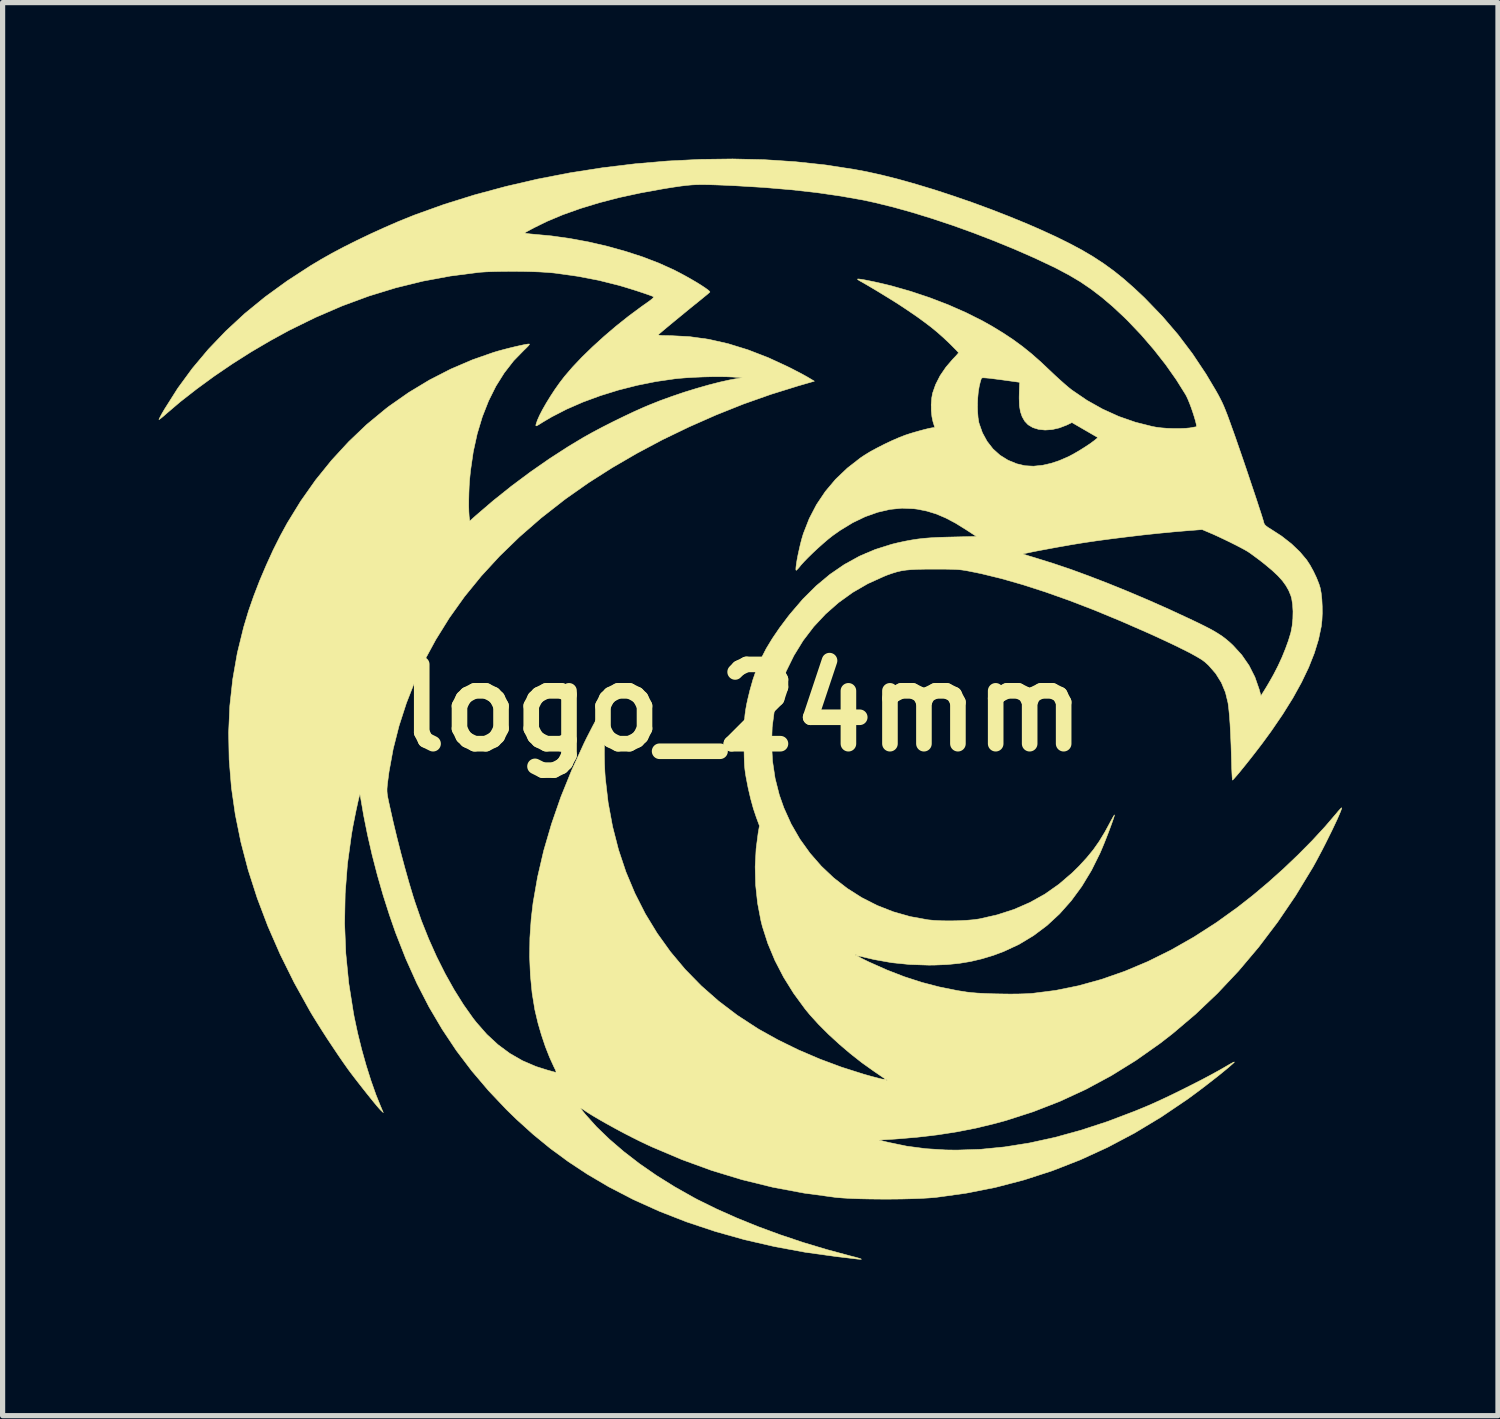
<source format=kicad_pcb>
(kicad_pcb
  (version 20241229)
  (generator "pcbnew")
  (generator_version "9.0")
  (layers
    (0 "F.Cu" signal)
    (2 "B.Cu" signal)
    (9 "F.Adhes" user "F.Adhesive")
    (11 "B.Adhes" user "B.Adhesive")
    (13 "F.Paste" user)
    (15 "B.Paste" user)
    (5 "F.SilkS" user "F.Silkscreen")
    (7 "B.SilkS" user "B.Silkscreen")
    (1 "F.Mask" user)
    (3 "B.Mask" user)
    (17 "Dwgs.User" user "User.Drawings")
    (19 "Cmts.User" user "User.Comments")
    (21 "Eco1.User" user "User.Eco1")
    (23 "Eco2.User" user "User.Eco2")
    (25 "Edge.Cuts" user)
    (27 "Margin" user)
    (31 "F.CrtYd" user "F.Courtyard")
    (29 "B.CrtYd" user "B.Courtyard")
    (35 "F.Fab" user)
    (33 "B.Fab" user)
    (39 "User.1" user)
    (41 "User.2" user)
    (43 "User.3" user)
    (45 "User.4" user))
  (footprint "logo_24mm"
    (layer "F.Cu")
    (at 11.224 10.554)
    (property "Reference" "logo_24mm" (at 0 0 0) (layer "F.SilkS") (effects (font (size 1.524 1.524) (thickness 0.3))))
    (attr through_hole)
    (fp_poly (pts (xy 0.415 -10.535) (xy 1.011 -10.496) (xy 1.59 -10.434) (xy 2.151 -10.347) (xy 2.386 -10.303) (xy 2.679 -10.238) (xy 2.996 -10.158) (xy 3.333 -10.063) (xy 3.684 -9.957) (xy 4.044 -9.839) (xy 4.409 -9.713) (xy 4.773 -9.579) (xy 5.132 -9.439) (xy 5.48 -9.296) (xy 5.723 -9.19) (xy 6.014 -9.057) (xy 6.275 -8.928) (xy 6.514 -8.801) (xy 6.733 -8.672) (xy 6.939 -8.537) (xy 7.135 -8.395) (xy 7.326 -8.241) (xy 7.518 -8.072) (xy 7.715 -7.887) (xy 7.736 -7.866) (xy 8.064 -7.526) (xy 8.365 -7.175) (xy 8.644 -6.806) (xy 8.904 -6.416) (xy 9.099 -6.088) (xy 9.142 -6.011) (xy 9.179 -5.94) (xy 9.213 -5.872) (xy 9.246 -5.799) (xy 9.28 -5.716) (xy 9.318 -5.619) (xy 9.361 -5.501) (xy 9.412 -5.358) (xy 9.424 -5.326) (xy 9.468 -5.202) (xy 9.516 -5.063) (xy 9.568 -4.913) (xy 9.622 -4.756) (xy 9.677 -4.595) (xy 9.731 -4.434) (xy 9.784 -4.275) (xy 9.835 -4.124) (xy 9.882 -3.983) (xy 9.923 -3.856) (xy 9.959 -3.747) (xy 9.987 -3.659) (xy 10.006 -3.596) (xy 10.015 -3.562) (xy 10.026 -3.531) (xy 10.05 -3.503) (xy 10.091 -3.471) (xy 10.148 -3.436) (xy 10.358 -3.3) (xy 10.547 -3.152) (xy 10.71 -2.996) (xy 10.838 -2.844) (xy 10.903 -2.745) (xy 10.968 -2.627) (xy 11.028 -2.501) (xy 11.076 -2.38) (xy 11.1 -2.303) (xy 11.118 -2.206) (xy 11.131 -2.086) (xy 11.138 -1.952) (xy 11.139 -1.814) (xy 11.133 -1.683) (xy 11.12 -1.567) (xy 11.12 -1.565) (xy 11.067 -1.313) (xy 10.986 -1.05) (xy 10.877 -0.775) (xy 10.739 -0.487) (xy 10.573 -0.187) (xy 10.377 0.127) (xy 10.152 0.456) (xy 9.985 0.684) (xy 9.911 0.781) (xy 9.833 0.882) (xy 9.754 0.983) (xy 9.677 1.08) (xy 9.604 1.17) (xy 9.54 1.249) (xy 9.485 1.313) (xy 9.444 1.36) (xy 9.42 1.385) (xy 9.414 1.389) (xy 9.411 1.372) (xy 9.407 1.327) (xy 9.403 1.256) (xy 9.399 1.165) (xy 9.396 1.058) (xy 9.393 0.953) (xy 9.386 0.721) (xy 9.377 0.508) (xy 9.367 0.316) (xy 9.355 0.149) (xy 9.341 0.009) (xy 9.328 -0.093) (xy 9.279 -0.295) (xy 9.2 -0.485) (xy 9.091 -0.66) (xy 8.954 -0.817) (xy 8.877 -0.886) (xy 8.818 -0.929) (xy 8.728 -0.983) (xy 8.609 -1.049) (xy 8.461 -1.124) (xy 8.286 -1.21) (xy 8.084 -1.305) (xy 7.858 -1.409) (xy 7.798 -1.436) (xy 7.27 -1.667) (xy 6.765 -1.876) (xy 6.283 -2.062) (xy 5.823 -2.225) (xy 5.386 -2.366) (xy 4.974 -2.484) (xy 4.585 -2.579) (xy 4.343 -2.628) (xy 4.279 -2.64) (xy 4.218 -2.649) (xy 4.157 -2.656) (xy 4.09 -2.66) (xy 4.01 -2.663) (xy 3.913 -2.665) (xy 3.792 -2.666) (xy 3.666 -2.666) (xy 3.497 -2.665) (xy 3.357 -2.662) (xy 3.239 -2.656) (xy 3.138 -2.647) (xy 3.047 -2.633) (xy 2.962 -2.613) (xy 2.877 -2.587) (xy 2.785 -2.555) (xy 2.718 -2.528) (xy 2.406 -2.387) (xy 2.114 -2.218) (xy 1.842 -2.022) (xy 1.592 -1.802) (xy 1.364 -1.558) (xy 1.161 -1.292) (xy 0.984 -1.004) (xy 0.833 -0.697) (xy 0.79 -0.593) (xy 0.685 -0.281) (xy 0.61 0.04) (xy 0.567 0.368) (xy 0.555 0.699) (xy 0.574 1.029) (xy 0.623 1.356) (xy 0.704 1.675) (xy 0.791 1.922) (xy 0.931 2.232) (xy 1.099 2.523) (xy 1.293 2.793) (xy 1.511 3.043) (xy 1.75 3.269) (xy 2.01 3.471) (xy 2.289 3.648) (xy 2.584 3.798) (xy 2.895 3.92) (xy 3.219 4.012) (xy 3.555 4.073) (xy 3.56 4.074) (xy 3.684 4.086) (xy 3.829 4.093) (xy 3.987 4.095) (xy 4.147 4.092) (xy 4.301 4.084) (xy 4.44 4.072) (xy 4.547 4.057) (xy 4.89 3.979) (xy 5.215 3.874) (xy 5.52 3.741) (xy 5.809 3.58) (xy 6.08 3.389) (xy 6.336 3.169) (xy 6.461 3.046) (xy 6.611 2.883) (xy 6.74 2.726) (xy 6.853 2.565) (xy 6.96 2.389) (xy 7.039 2.244) (xy 7.078 2.171) (xy 7.11 2.113) (xy 7.133 2.074) (xy 7.145 2.058) (xy 7.145 2.059) (xy 7.14 2.085) (xy 7.123 2.137) (xy 7.098 2.209) (xy 7.066 2.296) (xy 7.03 2.393) (xy 6.991 2.493) (xy 6.952 2.592) (xy 6.914 2.684) (xy 6.88 2.764) (xy 6.868 2.792) (xy 6.703 3.124) (xy 6.518 3.43) (xy 6.314 3.708) (xy 6.091 3.959) (xy 5.849 4.183) (xy 5.589 4.378) (xy 5.312 4.545) (xy 5.016 4.683) (xy 4.818 4.757) (xy 4.596 4.824) (xy 4.38 4.875) (xy 4.162 4.911) (xy 3.933 4.934) (xy 3.684 4.944) (xy 3.576 4.945) (xy 3.212 4.933) (xy 2.866 4.898) (xy 2.529 4.838) (xy 2.337 4.793) (xy 2.277 4.778) (xy 2.23 4.769) (xy 2.205 4.767) (xy 2.204 4.767) (xy 2.215 4.777) (xy 2.253 4.798) (xy 2.31 4.828) (xy 2.384 4.864) (xy 2.423 4.883) (xy 2.771 5.038) (xy 3.107 5.168) (xy 3.44 5.276) (xy 3.778 5.364) (xy 4.13 5.435) (xy 4.301 5.462) (xy 4.395 5.473) (xy 4.517 5.483) (xy 4.658 5.49) (xy 4.813 5.496) (xy 4.973 5.499) (xy 5.133 5.501) (xy 5.286 5.5) (xy 5.424 5.496) (xy 5.541 5.49) (xy 5.574 5.487) (xy 6.014 5.431) (xy 6.456 5.341) (xy 6.899 5.218) (xy 7.343 5.063) (xy 7.787 4.876) (xy 8.229 4.657) (xy 8.669 4.407) (xy 9.106 4.126) (xy 9.508 3.837) (xy 9.803 3.606) (xy 10.099 3.357) (xy 10.393 3.094) (xy 10.677 2.823) (xy 10.947 2.55) (xy 11.196 2.28) (xy 11.404 2.037) (xy 11.448 1.984) (xy 11.484 1.945) (xy 11.506 1.923) (xy 11.511 1.921) (xy 11.509 1.941) (xy 11.493 1.987) (xy 11.464 2.056) (xy 11.426 2.143) (xy 11.378 2.245) (xy 11.324 2.359) (xy 11.264 2.48) (xy 11.202 2.605) (xy 11.138 2.73) (xy 11.074 2.851) (xy 11.013 2.965) (xy 10.956 3.068) (xy 10.947 3.082) (xy 10.625 3.612) (xy 10.281 4.118) (xy 9.916 4.6) (xy 9.531 5.056) (xy 9.127 5.485) (xy 8.704 5.887) (xy 8.263 6.261) (xy 8.018 6.451) (xy 7.557 6.776) (xy 7.084 7.069) (xy 6.596 7.332) (xy 6.096 7.563) (xy 5.582 7.763) (xy 5.054 7.933) (xy 4.836 7.992) (xy 4.48 8.078) (xy 4.118 8.149) (xy 3.743 8.207) (xy 3.35 8.253) (xy 2.932 8.288) (xy 2.819 8.295) (xy 2.616 8.307) (xy 2.802 8.352) (xy 3.155 8.425) (xy 3.52 8.473) (xy 3.902 8.497) (xy 4.115 8.5) (xy 4.57 8.485) (xy 5.036 8.439) (xy 5.513 8.363) (xy 6.001 8.256) (xy 6.502 8.118) (xy 7.015 7.95) (xy 7.541 7.75) (xy 7.757 7.661) (xy 7.904 7.597) (xy 8.073 7.519) (xy 8.257 7.432) (xy 8.448 7.338) (xy 8.641 7.241) (xy 8.827 7.146) (xy 9 7.054) (xy 9.153 6.97) (xy 9.229 6.927) (xy 9.321 6.873) (xy 9.386 6.836) (xy 9.428 6.814) (xy 9.448 6.806) (xy 9.449 6.81) (xy 9.434 6.826) (xy 9.406 6.851) (xy 9.338 6.911) (xy 9.247 6.986) (xy 9.14 7.073) (xy 9.021 7.166) (xy 8.896 7.263) (xy 8.771 7.358) (xy 8.651 7.447) (xy 8.543 7.526) (xy 8.04 7.866) (xy 7.53 8.173) (xy 7.012 8.447) (xy 6.486 8.688) (xy 5.951 8.897) (xy 5.408 9.073) (xy 4.857 9.217) (xy 4.296 9.328) (xy 3.726 9.407) (xy 3.7 9.41) (xy 3.573 9.42) (xy 3.419 9.429) (xy 3.244 9.435) (xy 3.054 9.44) (xy 2.854 9.442) (xy 2.651 9.442) (xy 2.452 9.44) (xy 2.261 9.436) (xy 2.085 9.43) (xy 1.931 9.421) (xy 1.804 9.411) (xy 1.795 9.41) (xy 1.182 9.327) (xy 0.58 9.214) (xy -0.011 9.069) (xy -0.594 8.892) (xy -1.17 8.682) (xy -1.743 8.439) (xy -1.832 8.398) (xy -1.975 8.33) (xy -2.129 8.253) (xy -2.289 8.171) (xy -2.449 8.085) (xy -2.605 7.999) (xy -2.751 7.916) (xy -2.882 7.839) (xy -2.992 7.77) (xy -3.069 7.718) (xy -3.1 7.699) (xy -3.115 7.693) (xy -3.116 7.694) (xy -3.106 7.71) (xy -3.079 7.746) (xy -3.04 7.793) (xy -3.027 7.81) (xy -2.81 8.052) (xy -2.561 8.292) (xy -2.284 8.53) (xy -1.982 8.763) (xy -1.657 8.988) (xy -1.311 9.204) (xy -0.948 9.409) (xy -0.864 9.454) (xy -0.504 9.631) (xy -0.116 9.804) (xy 0.296 9.971) (xy 0.725 10.129) (xy 1.167 10.277) (xy 1.617 10.412) (xy 2.066 10.533) (xy 2.168 10.559) (xy 2.238 10.579) (xy 2.275 10.592) (xy 2.281 10.598) (xy 2.256 10.599) (xy 2.199 10.594) (xy 2.159 10.589) (xy 2.126 10.585) (xy 2.066 10.578) (xy 1.985 10.568) (xy 1.891 10.557) (xy 1.812 10.548) (xy 1.205 10.464) (xy 0.611 10.354) (xy 0.033 10.221) (xy -0.529 10.063) (xy -1.073 9.882) (xy -1.596 9.678) (xy -2.098 9.452) (xy -2.575 9.205) (xy -2.989 8.961) (xy -3.354 8.72) (xy -3.697 8.468) (xy -4.026 8.199) (xy -4.349 7.907) (xy -4.539 7.722) (xy -4.885 7.357) (xy -5.057 7.154) (xy 2.76 7.154) (xy 2.769 7.163) (xy 2.777 7.154) (xy 2.769 7.146) (xy 2.76 7.154) (xy -5.057 7.154) (xy -5.206 6.979) (xy -5.503 6.587) (xy -5.776 6.177) (xy -6.029 5.748) (xy -6.261 5.297) (xy -6.475 4.821) (xy -6.672 4.319) (xy -6.79 3.979) (xy -6.91 3.603) (xy -7.021 3.216) (xy -7.122 2.826) (xy -7.21 2.442) (xy -7.284 2.073) (xy -7.317 1.88) (xy -7.331 1.8) (xy -7.342 1.733) (xy -7.351 1.685) (xy -7.356 1.664) (xy -7.356 1.664) (xy -7.362 1.676) (xy -7.373 1.717) (xy -7.389 1.782) (xy -7.407 1.864) (xy -7.428 1.96) (xy -7.449 2.063) (xy -7.47 2.17) (xy -7.491 2.275) (xy -7.508 2.373) (xy -7.518 2.43) (xy -7.596 2.999) (xy -7.64 3.571) (xy -7.651 4.144) (xy -7.628 4.718) (xy -7.571 5.294) (xy -7.48 5.869) (xy -7.466 5.944) (xy -7.4 6.254) (xy -7.323 6.565) (xy -7.237 6.871) (xy -7.145 7.163) (xy -7.049 7.435) (xy -6.961 7.653) (xy -6.907 7.78) (xy -6.952 7.738) (xy -6.981 7.708) (xy -7.027 7.655) (xy -7.086 7.584) (xy -7.155 7.499) (xy -7.231 7.404) (xy -7.31 7.304) (xy -7.389 7.203) (xy -7.464 7.106) (xy -7.532 7.017) (xy -7.586 6.944) (xy -7.672 6.822) (xy -7.77 6.68) (xy -7.875 6.523) (xy -7.983 6.361) (xy -8.087 6.199) (xy -8.184 6.045) (xy -8.27 5.906) (xy -8.318 5.825) (xy -8.62 5.281) (xy -8.889 4.738) (xy -9.126 4.196) (xy -9.331 3.655) (xy -9.504 3.117) (xy -9.644 2.582) (xy -9.752 2.05) (xy -9.816 1.604) (xy -6.836 1.604) (xy -6.832 1.653) (xy -6.823 1.711) (xy -6.808 1.787) (xy -6.786 1.887) (xy -6.782 1.905) (xy -6.718 2.19) (xy -6.647 2.486) (xy -6.571 2.786) (xy -6.492 3.08) (xy -6.413 3.361) (xy -6.335 3.621) (xy -6.296 3.742) (xy -6.174 4.094) (xy -6.035 4.442) (xy -5.883 4.782) (xy -5.719 5.109) (xy -5.546 5.418) (xy -5.367 5.704) (xy -5.184 5.963) (xy -5.12 6.045) (xy -4.918 6.275) (xy -4.704 6.473) (xy -4.476 6.642) (xy -4.232 6.782) (xy -3.971 6.894) (xy -3.759 6.961) (xy -3.694 6.979) (xy -3.639 6.994) (xy -3.604 7.004) (xy -3.602 7.005) (xy -3.588 7.004) (xy -3.588 6.99) (xy -3.601 6.955) (xy -3.629 6.898) (xy -3.712 6.716) (xy -3.793 6.51) (xy -3.867 6.289) (xy -3.933 6.063) (xy -3.986 5.84) (xy -3.995 5.8) (xy -4.047 5.481) (xy -4.08 5.14) (xy -4.095 4.785) (xy -4.09 4.422) (xy -4.065 4.058) (xy -4.029 3.751) (xy -3.942 3.251) (xy -3.824 2.744) (xy -3.674 2.231) (xy -3.495 1.714) (xy -3.285 1.195) (xy -3.047 0.676) (xy -2.997 0.574) (xy -2.943 0.469) (xy -2.887 0.36) (xy -2.83 0.253) (xy -2.775 0.151) (xy -2.724 0.058) (xy -2.679 -0.021) (xy -2.643 -0.083) (xy -2.618 -0.122) (xy -2.606 -0.135) (xy -2.602 -0.12) (xy -2.605 -0.083) (xy -2.609 -0.055) (xy -2.625 0.057) (xy -2.637 0.196) (xy -2.647 0.355) (xy -2.654 0.529) (xy -2.658 0.709) (xy -2.659 0.89) (xy -2.656 1.066) (xy -2.649 1.228) (xy -2.641 1.346) (xy -2.586 1.821) (xy -2.501 2.281) (xy -2.387 2.726) (xy -2.244 3.154) (xy -2.072 3.564) (xy -1.872 3.958) (xy -1.644 4.332) (xy -1.389 4.688) (xy -1.107 5.025) (xy -0.798 5.341) (xy -0.463 5.636) (xy -0.102 5.91) (xy 0.285 6.162) (xy 0.313 6.179) (xy 0.68 6.383) (xy 1.072 6.575) (xy 1.481 6.75) (xy 1.9 6.906) (xy 2.321 7.04) (xy 2.481 7.085) (xy 2.585 7.112) (xy 2.659 7.131) (xy 2.708 7.141) (xy 2.734 7.144) (xy 2.74 7.14) (xy 2.734 7.132) (xy 2.715 7.117) (xy 2.673 7.088) (xy 2.614 7.047) (xy 2.543 6.999) (xy 2.51 6.976) (xy 2.292 6.821) (xy 2.072 6.648) (xy 1.856 6.464) (xy 1.649 6.274) (xy 1.459 6.084) (xy 1.29 5.898) (xy 1.202 5.791) (xy 0.98 5.488) (xy 0.785 5.175) (xy 0.619 4.854) (xy 0.576 4.75) (xy 2.167 4.75) (xy 2.176 4.758) (xy 2.184 4.75) (xy 2.176 4.741) (xy 2.167 4.75) (xy 0.576 4.75) (xy 0.483 4.528) (xy 0.378 4.201) (xy 0.35 4.089) (xy 0.286 3.752) (xy 0.249 3.405) (xy 0.24 3.055) (xy 0.258 2.71) (xy 0.297 2.409) (xy 0.322 2.267) (xy 0.262 2.105) (xy 0.206 1.939) (xy 0.153 1.746) (xy 0.104 1.536) (xy 0.064 1.329) (xy 0.052 1.255) (xy 0.043 1.187) (xy 0.036 1.117) (xy 0.032 1.04) (xy 0.029 0.95) (xy 0.027 0.84) (xy 0.027 0.704) (xy 0.027 0.66) (xy 0.027 0.496) (xy 0.03 0.358) (xy 0.035 0.239) (xy 0.044 0.133) (xy 0.058 0.033) (xy 0.076 -0.069) (xy 0.101 -0.181) (xy 0.132 -0.308) (xy 0.135 -0.323) (xy 0.197 -0.543) (xy 0.268 -0.748) (xy 0.353 -0.945) (xy 0.452 -1.138) (xy 0.571 -1.334) (xy 0.71 -1.538) (xy 0.873 -1.755) (xy 0.911 -1.803) (xy 1.156 -2.089) (xy 1.41 -2.342) (xy 1.676 -2.564) (xy 1.953 -2.754) (xy 2.243 -2.914) (xy 2.344 -2.957) (xy 5.39 -2.957) (xy 5.404 -2.951) (xy 5.445 -2.937) (xy 5.508 -2.917) (xy 5.589 -2.893) (xy 5.66 -2.871) (xy 5.971 -2.774) (xy 6.306 -2.661) (xy 6.66 -2.531) (xy 7.03 -2.388) (xy 7.412 -2.233) (xy 7.801 -2.068) (xy 8.193 -1.894) (xy 8.583 -1.713) (xy 8.739 -1.639) (xy 8.889 -1.565) (xy 9.014 -1.5) (xy 9.118 -1.439) (xy 9.208 -1.381) (xy 9.289 -1.32) (xy 9.367 -1.253) (xy 9.422 -1.202) (xy 9.591 -1.017) (xy 9.732 -0.813) (xy 9.844 -0.592) (xy 9.928 -0.351) (xy 9.94 -0.306) (xy 9.96 -0.231) (xy 10.029 -0.34) (xy 10.064 -0.397) (xy 10.11 -0.475) (xy 10.16 -0.562) (xy 10.209 -0.65) (xy 10.212 -0.656) (xy 10.29 -0.808) (xy 10.365 -0.971) (xy 10.432 -1.136) (xy 10.489 -1.293) (xy 10.531 -1.432) (xy 10.536 -1.448) (xy 10.56 -1.575) (xy 10.574 -1.714) (xy 10.577 -1.854) (xy 10.569 -1.986) (xy 10.551 -2.101) (xy 10.536 -2.154) (xy 10.495 -2.254) (xy 10.441 -2.349) (xy 10.373 -2.443) (xy 10.285 -2.54) (xy 10.176 -2.642) (xy 10.041 -2.755) (xy 9.965 -2.815) (xy 9.89 -2.872) (xy 9.817 -2.926) (xy 9.754 -2.972) (xy 9.708 -3.003) (xy 9.703 -3.006) (xy 9.646 -3.039) (xy 9.564 -3.083) (xy 9.465 -3.134) (xy 9.357 -3.188) (xy 9.245 -3.242) (xy 9.137 -3.293) (xy 9.041 -3.337) (xy 9 -3.354) (xy 8.831 -3.426) (xy 8.568 -3.406) (xy 8.295 -3.383) (xy 8.003 -3.355) (xy 7.702 -3.323) (xy 7.398 -3.287) (xy 7.099 -3.25) (xy 6.814 -3.212) (xy 6.55 -3.173) (xy 6.396 -3.148) (xy 6.288 -3.13) (xy 6.17 -3.109) (xy 6.045 -3.087) (xy 5.92 -3.064) (xy 5.798 -3.041) (xy 5.684 -3.02) (xy 5.582 -3) (xy 5.498 -2.982) (xy 5.435 -2.969) (xy 5.397 -2.96) (xy 5.39 -2.957) (xy 2.344 -2.957) (xy 2.546 -3.043) (xy 2.862 -3.143) (xy 2.989 -3.174) (xy 3.125 -3.203) (xy 3.249 -3.226) (xy 3.367 -3.244) (xy 3.488 -3.258) (xy 3.617 -3.268) (xy 3.763 -3.276) (xy 3.933 -3.281) (xy 4.02 -3.283) (xy 4.492 -3.294) (xy 4.293 -3.424) (xy 4.09 -3.55) (xy 3.902 -3.649) (xy 3.721 -3.726) (xy 3.542 -3.781) (xy 3.359 -3.818) (xy 3.287 -3.827) (xy 3.063 -3.837) (xy 2.831 -3.814) (xy 2.595 -3.759) (xy 2.355 -3.674) (xy 2.114 -3.558) (xy 1.873 -3.411) (xy 1.731 -3.311) (xy 1.646 -3.244) (xy 1.55 -3.162) (xy 1.449 -3.072) (xy 1.349 -2.979) (xy 1.256 -2.888) (xy 1.176 -2.806) (xy 1.114 -2.737) (xy 1.101 -2.719) (xy 1.066 -2.678) (xy 1.039 -2.65) (xy 1.028 -2.642) (xy 1.022 -2.657) (xy 1.024 -2.7) (xy 1.032 -2.764) (xy 1.045 -2.846) (xy 1.063 -2.94) (xy 1.085 -3.04) (xy 1.108 -3.141) (xy 1.133 -3.238) (xy 1.159 -3.325) (xy 1.167 -3.351) (xy 1.279 -3.637) (xy 1.419 -3.906) (xy 1.589 -4.159) (xy 1.786 -4.393) (xy 2.011 -4.607) (xy 2.261 -4.802) (xy 2.34 -4.855) (xy 2.449 -4.922) (xy 2.58 -4.993) (xy 2.723 -5.066) (xy 2.869 -5.135) (xy 3.007 -5.195) (xy 3.128 -5.242) (xy 3.141 -5.246) (xy 3.22 -5.272) (xy 3.31 -5.299) (xy 3.403 -5.325) (xy 3.492 -5.349) (xy 3.57 -5.368) (xy 3.629 -5.38) (xy 3.662 -5.385) (xy 3.687 -5.387) (xy 3.691 -5.389) (xy 3.686 -5.406) (xy 3.674 -5.447) (xy 3.657 -5.501) (xy 3.637 -5.596) (xy 3.625 -5.712) (xy 3.624 -5.82) (xy 4.512 -5.82) (xy 4.515 -5.692) (xy 4.524 -5.576) (xy 4.539 -5.482) (xy 4.543 -5.469) (xy 4.607 -5.287) (xy 4.697 -5.122) (xy 4.81 -4.977) (xy 4.944 -4.856) (xy 5.095 -4.762) (xy 5.1 -4.759) (xy 5.265 -4.691) (xy 5.425 -4.653) (xy 5.589 -4.644) (xy 5.765 -4.662) (xy 5.774 -4.664) (xy 5.927 -4.699) (xy 6.079 -4.749) (xy 6.242 -4.819) (xy 6.274 -4.834) (xy 6.364 -4.882) (xy 6.467 -4.942) (xy 6.574 -5.009) (xy 6.674 -5.075) (xy 6.757 -5.136) (xy 6.779 -5.154) (xy 6.827 -5.194) (xy 6.578 -5.338) (xy 6.328 -5.483) (xy 6.226 -5.434) (xy 6.085 -5.38) (xy 5.946 -5.348) (xy 5.812 -5.339) (xy 5.687 -5.352) (xy 5.577 -5.386) (xy 5.485 -5.441) (xy 5.42 -5.51) (xy 5.371 -5.596) (xy 5.338 -5.692) (xy 5.319 -5.805) (xy 5.314 -5.941) (xy 5.314 -5.977) (xy 5.316 -6.059) (xy 5.318 -6.132) (xy 5.32 -6.188) (xy 5.321 -6.214) (xy 5.326 -6.256) (xy 4.964 -6.306) (xy 4.84 -6.322) (xy 4.745 -6.334) (xy 4.676 -6.34) (xy 4.63 -6.343) (xy 4.603 -6.341) (xy 4.59 -6.335) (xy 4.589 -6.334) (xy 4.58 -6.308) (xy 4.565 -6.258) (xy 4.55 -6.195) (xy 4.545 -6.174) (xy 4.528 -6.071) (xy 4.517 -5.949) (xy 4.512 -5.82) (xy 3.624 -5.82) (xy 3.624 -5.836) (xy 3.633 -5.954) (xy 3.65 -6.048) (xy 3.708 -6.214) (xy 3.794 -6.383) (xy 3.906 -6.547) (xy 4.038 -6.701) (xy 4.042 -6.705) (xy 4.089 -6.754) (xy 4.126 -6.795) (xy 4.146 -6.82) (xy 4.149 -6.825) (xy 4.137 -6.839) (xy 4.106 -6.873) (xy 4.058 -6.921) (xy 4 -6.98) (xy 3.975 -7.004) (xy 3.86 -7.113) (xy 3.745 -7.215) (xy 3.625 -7.314) (xy 3.493 -7.414) (xy 3.346 -7.521) (xy 3.176 -7.637) (xy 3.082 -7.7) (xy 2.998 -7.755) (xy 2.899 -7.818) (xy 2.789 -7.886) (xy 2.675 -7.956) (xy 2.563 -8.024) (xy 2.457 -8.087) (xy 2.365 -8.141) (xy 2.292 -8.183) (xy 2.255 -8.203) (xy 2.221 -8.224) (xy 2.206 -8.239) (xy 2.207 -8.241) (xy 2.228 -8.242) (xy 2.276 -8.236) (xy 2.348 -8.224) (xy 2.438 -8.206) (xy 2.54 -8.185) (xy 2.651 -8.16) (xy 2.765 -8.133) (xy 2.859 -8.11) (xy 3.227 -8.005) (xy 3.593 -7.883) (xy 3.95 -7.746) (xy 4.291 -7.596) (xy 4.61 -7.436) (xy 4.797 -7.331) (xy 5.008 -7.202) (xy 5.198 -7.076) (xy 5.377 -6.945) (xy 5.552 -6.804) (xy 5.73 -6.647) (xy 5.911 -6.476) (xy 6.001 -6.391) (xy 6.095 -6.305) (xy 6.185 -6.225) (xy 6.266 -6.156) (xy 6.33 -6.105) (xy 6.335 -6.102) (xy 6.618 -5.909) (xy 6.918 -5.741) (xy 7.229 -5.6) (xy 7.548 -5.489) (xy 7.87 -5.408) (xy 7.95 -5.393) (xy 8.045 -5.381) (xy 8.158 -5.372) (xy 8.279 -5.368) (xy 8.399 -5.368) (xy 8.507 -5.372) (xy 8.595 -5.38) (xy 8.617 -5.384) (xy 8.669 -5.394) (xy 8.706 -5.4) (xy 8.716 -5.402) (xy 8.722 -5.417) (xy 8.716 -5.457) (xy 8.701 -5.518) (xy 8.679 -5.593) (xy 8.652 -5.677) (xy 8.622 -5.765) (xy 8.59 -5.85) (xy 8.558 -5.928) (xy 8.528 -5.992) (xy 8.513 -6.02) (xy 8.334 -6.306) (xy 8.129 -6.597) (xy 7.902 -6.886) (xy 7.66 -7.167) (xy 7.407 -7.433) (xy 7.33 -7.509) (xy 7.114 -7.711) (xy 6.906 -7.888) (xy 6.701 -8.045) (xy 6.491 -8.188) (xy 6.27 -8.319) (xy 6.031 -8.446) (xy 5.968 -8.477) (xy 5.603 -8.649) (xy 5.222 -8.816) (xy 4.831 -8.976) (xy 4.435 -9.129) (xy 4.038 -9.272) (xy 3.645 -9.403) (xy 3.262 -9.521) (xy 2.893 -9.624) (xy 2.543 -9.71) (xy 2.302 -9.762) (xy 1.876 -9.837) (xy 1.42 -9.903) (xy 0.933 -9.957) (xy 0.415 -10.001) (xy -0.135 -10.034) (xy -0.372 -10.045) (xy -0.532 -10.051) (xy -0.666 -10.055) (xy -0.781 -10.056) (xy -0.883 -10.055) (xy -0.98 -10.05) (xy -1.079 -10.041) (xy -1.187 -10.028) (xy -1.31 -10.01) (xy -1.456 -9.987) (xy -1.541 -9.973) (xy -1.965 -9.896) (xy -2.371 -9.808) (xy -2.756 -9.708) (xy -3.117 -9.598) (xy -3.452 -9.479) (xy -3.758 -9.351) (xy -4.013 -9.226) (xy -4.08 -9.19) (xy -4.137 -9.159) (xy -4.175 -9.137) (xy -4.188 -9.128) (xy -4.178 -9.122) (xy -4.14 -9.115) (xy -4.082 -9.108) (xy -4.027 -9.103) (xy -3.674 -9.07) (xy -3.315 -9.019) (xy -2.953 -8.952) (xy -2.596 -8.869) (xy -2.248 -8.772) (xy -1.916 -8.664) (xy -1.605 -8.544) (xy -1.321 -8.416) (xy -1.302 -8.406) (xy -1.194 -8.35) (xy -1.085 -8.291) (xy -0.979 -8.231) (xy -0.88 -8.173) (xy -0.792 -8.118) (xy -0.72 -8.07) (xy -0.666 -8.031) (xy -0.636 -8.004) (xy -0.63 -7.992) (xy -0.645 -7.978) (xy -0.681 -7.946) (xy -0.735 -7.902) (xy -0.802 -7.847) (xy -0.864 -7.797) (xy -0.932 -7.742) (xy -1.014 -7.676) (xy -1.104 -7.602) (xy -1.199 -7.524) (xy -1.294 -7.446) (xy -1.385 -7.371) (xy -1.467 -7.303) (xy -1.536 -7.245) (xy -1.588 -7.201) (xy -1.619 -7.175) (xy -1.621 -7.173) (xy -1.62 -7.166) (xy -1.595 -7.16) (xy -1.545 -7.156) (xy -1.466 -7.154) (xy -1.384 -7.153) (xy -1.022 -7.134) (xy -0.654 -7.083) (xy -0.279 -6.998) (xy 0.103 -6.88) (xy 0.491 -6.73) (xy 0.821 -6.578) (xy 0.924 -6.528) (xy 1.026 -6.475) (xy 1.121 -6.426) (xy 1.199 -6.383) (xy 1.244 -6.358) (xy 1.378 -6.278) (xy 1.066 -6.188) (xy 0.542 -6.025) (xy 0.015 -5.839) (xy -0.511 -5.629) (xy -1.03 -5.4) (xy -1.54 -5.154) (xy -2.034 -4.891) (xy -2.509 -4.615) (xy -2.96 -4.328) (xy -3.383 -4.031) (xy -3.429 -3.997) (xy -3.876 -3.647) (xy -4.29 -3.286) (xy -4.673 -2.915) (xy -5.025 -2.532) (xy -5.347 -2.137) (xy -5.638 -1.729) (xy -5.899 -1.309) (xy -6.095 -0.948) (xy -6.293 -0.525) (xy -6.463 -0.092) (xy -6.605 0.347) (xy -6.717 0.788) (xy -6.797 1.226) (xy -6.825 1.439) (xy -6.832 1.504) (xy -6.836 1.557) (xy -6.836 1.604) (xy -9.816 1.604) (xy -9.827 1.521) (xy -9.87 0.996) (xy -9.88 0.476) (xy -9.857 -0.039) (xy -9.801 -0.549) (xy -9.713 -1.053) (xy -9.591 -1.55) (xy -9.497 -1.863) (xy -9.398 -2.147) (xy -9.284 -2.443) (xy -9.157 -2.741) (xy -9.024 -3.033) (xy -8.886 -3.308) (xy -8.755 -3.548) (xy -8.494 -3.973) (xy -8.209 -4.377) (xy -7.901 -4.758) (xy -7.573 -5.114) (xy -7.226 -5.445) (xy -6.86 -5.747) (xy -6.799 -5.794) (xy -6.419 -6.06) (xy -6.023 -6.299) (xy -5.614 -6.509) (xy -5.194 -6.689) (xy -4.788 -6.831) (xy -4.694 -6.859) (xy -4.59 -6.887) (xy -4.481 -6.915) (xy -4.374 -6.941) (xy -4.276 -6.963) (xy -4.192 -6.981) (xy -4.13 -6.991) (xy -4.102 -6.993) (xy -4.099 -6.983) (xy -4.122 -6.954) (xy -4.167 -6.908) (xy -4.203 -6.874) (xy -4.403 -6.669) (xy -4.583 -6.437) (xy -4.744 -6.18) (xy -4.884 -5.899) (xy -5.004 -5.594) (xy -5.102 -5.269) (xy -5.178 -4.923) (xy -5.231 -4.558) (xy -5.249 -4.379) (xy -5.257 -4.258) (xy -5.262 -4.129) (xy -5.265 -4) (xy -5.266 -3.879) (xy -5.263 -3.774) (xy -5.258 -3.692) (xy -5.256 -3.669) (xy -5.245 -3.59) (xy -5.127 -3.696) (xy -4.797 -3.979) (xy -4.447 -4.259) (xy -4.085 -4.529) (xy -3.717 -4.785) (xy -3.352 -5.021) (xy -3.056 -5.199) (xy -2.887 -5.293) (xy -2.697 -5.394) (xy -2.494 -5.497) (xy -2.287 -5.598) (xy -2.086 -5.693) (xy -1.9 -5.776) (xy -1.803 -5.817) (xy -1.59 -5.902) (xy -1.361 -5.985) (xy -1.126 -6.065) (xy -0.889 -6.138) (xy -0.658 -6.204) (xy -0.44 -6.26) (xy -0.242 -6.304) (xy -0.144 -6.322) (xy -0.008 -6.345) (xy -0.195 -6.358) (xy -0.305 -6.363) (xy -0.441 -6.365) (xy -0.595 -6.364) (xy -0.757 -6.36) (xy -0.921 -6.353) (xy -1.077 -6.344) (xy -1.218 -6.333) (xy -1.304 -6.324) (xy -1.668 -6.271) (xy -2.031 -6.198) (xy -2.389 -6.107) (xy -2.737 -5.999) (xy -3.069 -5.877) (xy -3.381 -5.741) (xy -3.669 -5.593) (xy -3.837 -5.494) (xy -3.902 -5.453) (xy -3.944 -5.428) (xy -3.967 -5.419) (xy -3.975 -5.423) (xy -3.974 -5.438) (xy -3.972 -5.448) (xy -3.947 -5.524) (xy -3.904 -5.621) (xy -3.846 -5.733) (xy -3.775 -5.857) (xy -3.695 -5.987) (xy -3.61 -6.117) (xy -3.521 -6.243) (xy -3.432 -6.359) (xy -3.426 -6.367) (xy -3.27 -6.549) (xy -3.088 -6.741) (xy -2.884 -6.939) (xy -2.664 -7.139) (xy -2.432 -7.337) (xy -2.192 -7.528) (xy -1.949 -7.708) (xy -1.883 -7.755) (xy -1.806 -7.809) (xy -1.755 -7.848) (xy -1.725 -7.874) (xy -1.714 -7.891) (xy -1.718 -7.902) (xy -1.722 -7.905) (xy -1.758 -7.92) (xy -1.82 -7.942) (xy -1.901 -7.97) (xy -1.997 -8.002) (xy -2.099 -8.035) (xy -2.203 -8.067) (xy -2.301 -8.097) (xy -2.376 -8.119) (xy -2.768 -8.217) (xy -3.169 -8.294) (xy -3.589 -8.353) (xy -3.641 -8.359) (xy -3.76 -8.369) (xy -3.905 -8.378) (xy -4.068 -8.384) (xy -4.244 -8.388) (xy -4.423 -8.389) (xy -4.6 -8.388) (xy -4.767 -8.385) (xy -4.917 -8.38) (xy -5.043 -8.372) (xy -5.08 -8.368) (xy -5.617 -8.299) (xy -6.145 -8.201) (xy -6.666 -8.073) (xy -7.182 -7.915) (xy -7.697 -7.725) (xy -8.212 -7.503) (xy -8.717 -7.255) (xy -9.081 -7.056) (xy -9.447 -6.841) (xy -9.808 -6.612) (xy -10.159 -6.373) (xy -10.494 -6.128) (xy -10.808 -5.883) (xy -11.071 -5.659) (xy -11.128 -5.609) (xy -11.175 -5.57) (xy -11.207 -5.546) (xy -11.219 -5.54) (xy -11.213 -5.557) (xy -11.193 -5.596) (xy -11.162 -5.654) (xy -11.121 -5.724) (xy -11.111 -5.741) (xy -10.858 -6.141) (xy -10.578 -6.523) (xy -10.27 -6.89) (xy -9.935 -7.24) (xy -9.572 -7.576) (xy -9.179 -7.897) (xy -8.756 -8.204) (xy -8.302 -8.499) (xy -8.103 -8.618) (xy -7.894 -8.736) (xy -7.66 -8.86) (xy -7.408 -8.986) (xy -7.146 -9.111) (xy -6.88 -9.232) (xy -6.618 -9.346) (xy -6.368 -9.447) (xy -6.308 -9.471) (xy -5.74 -9.675) (xy -5.154 -9.858) (xy -4.553 -10.02) (xy -3.941 -10.162) (xy -3.32 -10.282) (xy -2.694 -10.38) (xy -2.065 -10.456) (xy -1.436 -10.51) (xy -0.811 -10.541) (xy -0.193 -10.549) (xy 0.415 -10.535)) (stroke (width 0.01) (type solid)) (fill yes) (layer "F.SilkS")))
  (gr_rect
    (start -3 -3)
    (end 25.74 24.158)
    (stroke (width 0.1) (type default))
    (fill no)
    (layer "Edge.Cuts")))
</source>
